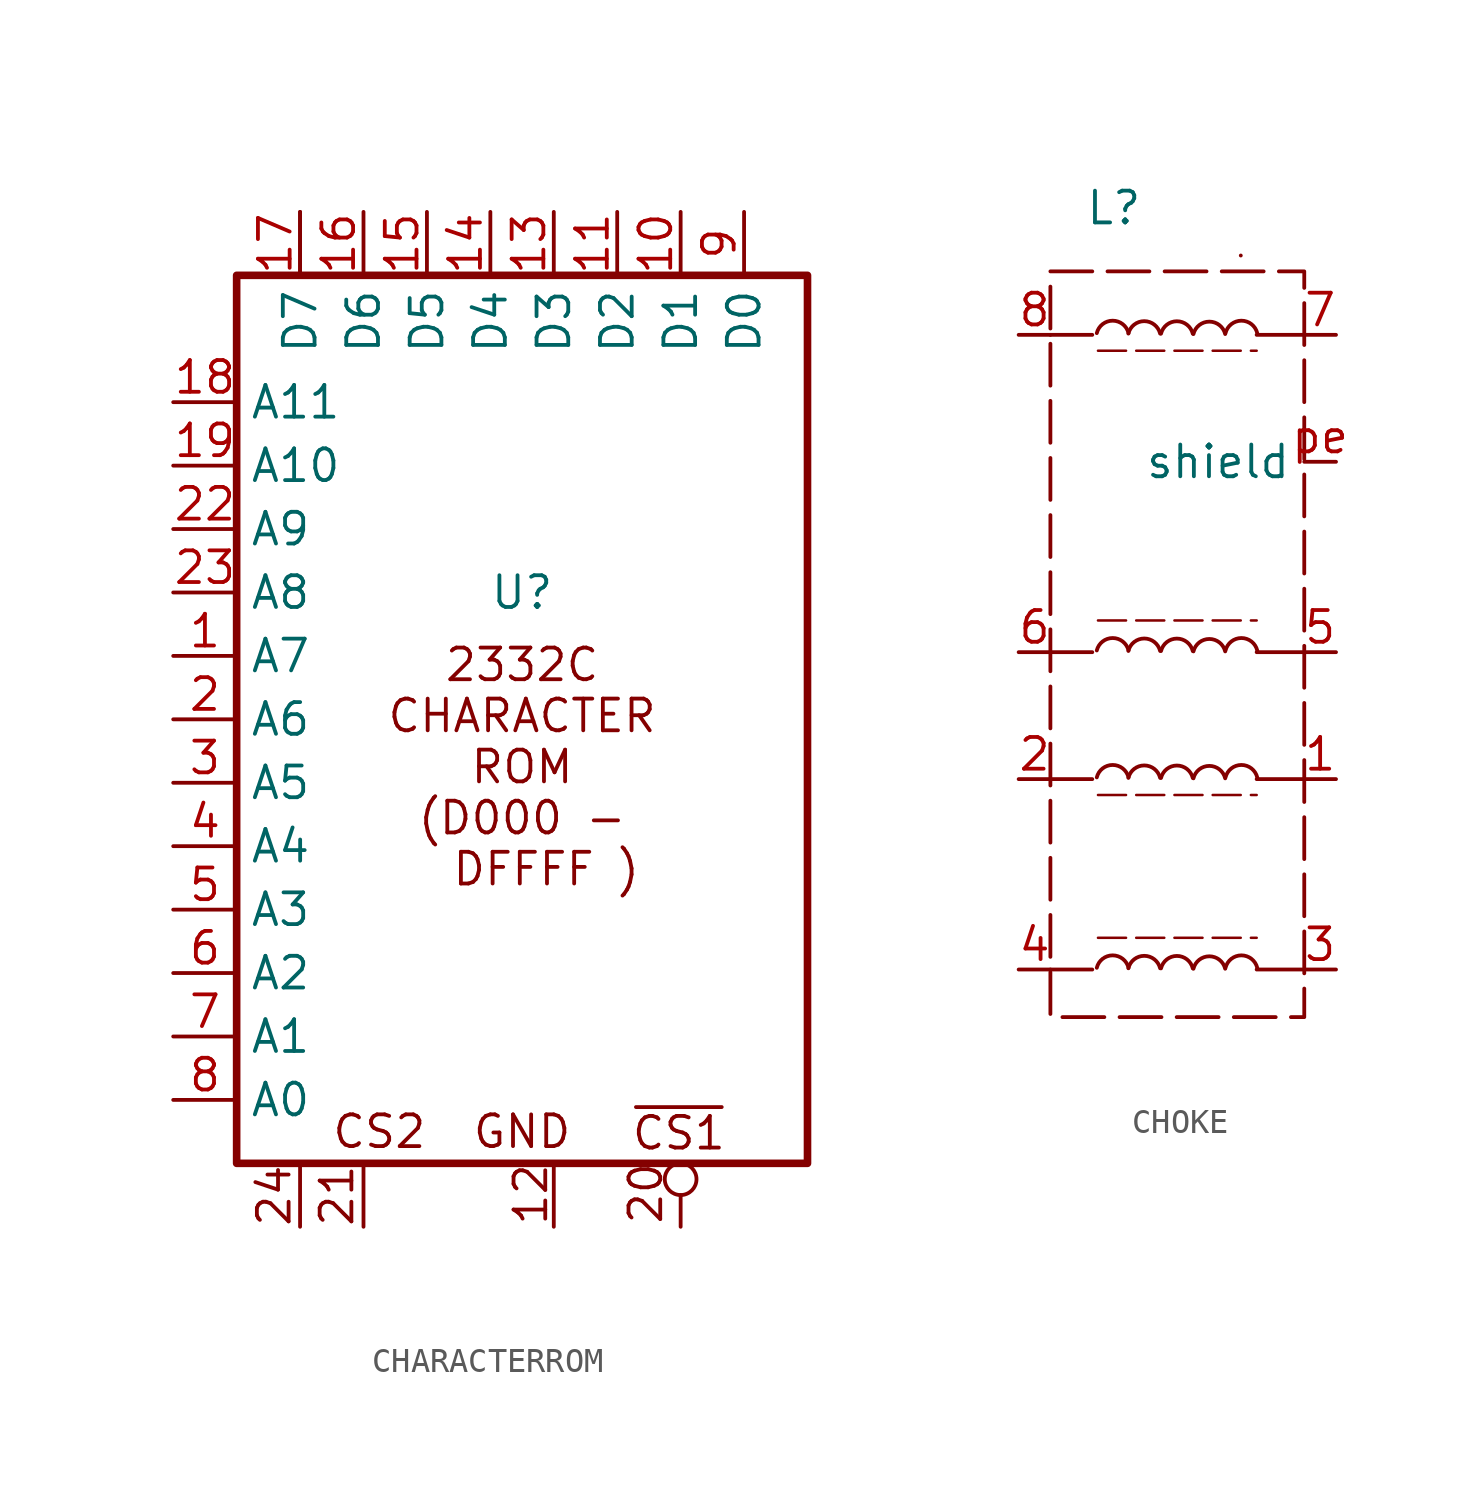
<source format=kicad_sym>
(kicad_symbol_lib
  (version 20220914)
  (generator kicad_symbol_editor)
  (symbol "CHARACTERROM"
    (property "Reference" "U"
      (at 0 3.81 0)
      (effects (font (size 1.27 1.27))))
    (property "Value" ""
      (at -4.445 2.54 0)
      (effects (font (size 1.27 1.27))))
    (symbol "CHARACTERROM_0_0"
      (polyline (pts (xy -8.89 -19.05) (xy -8.89 -21.59)) (stroke (width 0) (type default)) (fill (type none)))
      (polyline (pts (xy -8.89 16.51) (xy -8.89 19.05)) (stroke (width 0) (type default)) (fill (type none)))
      (polyline (pts (xy -6.35 -19.05) (xy -6.35 -21.59)) (stroke (width 0) (type default)) (fill (type none)))
      (polyline (pts (xy 1.27 -19.05) (xy 1.27 -21.59)) (stroke (width 0) (type default)) (fill (type none)))
      (polyline (pts (xy 6.35 -20.32) (xy 6.35 -21.59)) (stroke (width 0) (type default)) (fill (type none)))
      (circle (center 6.35 -19.685) (radius 0.635) (stroke (width 0) (type default)) (fill (type none)))
      (text "12" (at 0.349 -20.296 900) (effects (font (size 1.27 1.27))))
      (text "20" (at 4.953 -20.251 900) (effects (font (size 1.27 1.27))))
      (text "21" (at -7.415 -20.346 900) (effects (font (size 1.27 1.27))))
      (text "2332C\nCHARACTER\nROM\n(D000 -\n  DFFFF )" (at 0 -3.175 0) (effects (font (size 1.27 1.27))))
      (text "24" (at -9.929 -20.346 900) (effects (font (size 1.27 1.27))))
      (text "CS2" (at -5.715 -17.78 0) (effects (font (size 1.27 1.27))))
      (text "GND" (at 0 -17.78 0) (effects (font (size 1.27 1.27))))
      (text "~{CS1}" (at 6.278 -17.84 0) (effects (font (size 1.27 1.27)))))
    (symbol "CHARACTERROM_0_1"
      (rectangle (start -11.43 16.51) (end 11.43 -19.05) (stroke (width 0.305) (type default)) (fill (type none))))
    (symbol "CHARACTERROM_1_1"
      (pin input line (at -13.97 1.27 0) (length 2.54) (name "A7" (effects (font (size 1.27 1.27)))) (number "1" (effects (font (size 1.27 1.27)))))
      (pin input line (at 6.35 19.05 270) (length 2.54) (name "D1" (effects (font (size 1.27 1.27)))) (number "10" (effects (font (size 1.27 1.27)))))
      (pin input line (at 3.81 19.05 270) (length 2.54) (name "D2" (effects (font (size 1.27 1.27)))) (number "11" (effects (font (size 1.27 1.27)))))
      (pin input line (at 1.27 -21.59 90) (length 2.54) hide (name "GND" (effects (font (size 1.27 1.27)))) (number "12" (effects (font (size 1.27 1.27)))))
      (pin input line (at 1.27 19.05 270) (length 2.54) (name "D3" (effects (font (size 1.27 1.27)))) (number "13" (effects (font (size 1.27 1.27)))))
      (pin input line (at -1.27 19.05 270) (length 2.54) (name "D4" (effects (font (size 1.27 1.27)))) (number "14" (effects (font (size 1.27 1.27)))))
      (pin input line (at -3.81 19.05 270) (length 2.54) (name "D5" (effects (font (size 1.27 1.27)))) (number "15" (effects (font (size 1.27 1.27)))))
      (pin input line (at -6.35 19.05 270) (length 2.54) (name "D6" (effects (font (size 1.27 1.27)))) (number "16" (effects (font (size 1.27 1.27)))))
      (pin input line (at -8.89 19.05 270) (length 2.54) (name "D7" (effects (font (size 1.27 1.27)))) (number "17" (effects (font (size 1.27 1.27)))))
      (pin input line (at -13.97 11.43 0) (length 2.54) (name "A11" (effects (font (size 1.27 1.27)))) (number "18" (effects (font (size 1.27 1.27)))))
      (pin input line (at -13.97 8.89 0) (length 2.54) (name "A10" (effects (font (size 1.27 1.27)))) (number "19" (effects (font (size 1.27 1.27)))))
      (pin input line (at -13.97 -1.27 0) (length 2.54) (name "A6" (effects (font (size 1.27 1.27)))) (number "2" (effects (font (size 1.27 1.27)))))
      (pin input inverted (at 6.35 -21.59 90) (length 2.54) hide (name "~{CS1}" (effects (font (size 1.27 1.27)))) (number "20" (effects (font (size 1.27 1.27)))))
      (pin input line (at -6.35 -21.59 90) (length 2.54) hide (name "CS2" (effects (font (size 1.27 1.27)))) (number "21" (effects (font (size 1.27 1.27)))))
      (pin input line (at -13.97 6.35 0) (length 2.54) (name "A9" (effects (font (size 1.27 1.27)))) (number "22" (effects (font (size 1.27 1.27)))))
      (pin input line (at -13.97 3.81 0) (length 2.54) (name "A8" (effects (font (size 1.27 1.27)))) (number "23" (effects (font (size 1.27 1.27)))))
      (pin input line (at -8.89 -21.59 90) (length 2.54) hide (name "VCC" (effects (font (size 1.27 1.27)))) (number "24" (effects (font (size 1.27 1.27)))))
      (pin input line (at -13.97 -3.81 0) (length 2.54) (name "A5" (effects (font (size 1.27 1.27)))) (number "3" (effects (font (size 1.27 1.27)))))
      (pin input line (at -13.97 -6.35 0) (length 2.54) (name "A4" (effects (font (size 1.27 1.27)))) (number "4" (effects (font (size 1.27 1.27)))))
      (pin input line (at -13.97 -8.89 0) (length 2.54) (name "A3" (effects (font (size 1.27 1.27)))) (number "5" (effects (font (size 1.27 1.27)))))
      (pin input line (at -13.97 -11.43 0) (length 2.54) (name "A2" (effects (font (size 1.27 1.27)))) (number "6" (effects (font (size 1.27 1.27)))))
      (pin input line (at -13.97 -13.97 0) (length 2.54) (name "A1" (effects (font (size 1.27 1.27)))) (number "7" (effects (font (size 1.27 1.27)))))
      (pin input line (at -13.97 -16.51 0) (length 2.54) (name "A0" (effects (font (size 1.27 1.27)))) (number "8" (effects (font (size 1.27 1.27)))))
      (pin input line (at 8.89 19.05 270) (length 2.54) (name "D0" (effects (font (size 1.27 1.27)))) (number "9" (effects (font (size 1.27 1.27)))))))
  (symbol "CHOKE"
    (property "Reference" "L"
      (at -2.54 17.78 0)
      (effects (font (size 1.27 1.27))))
    (property "Value" ""
      (at 0 0 0)
      (effects (font (size 1.27 1.27))))
    (symbol "CHOKE_0_1"
      (rectangle (start -5.08 15.24) (end 5.08 -14.605) (stroke (width 0) (type dash)) (fill (type none)))
      (arc (start -1.9533 -12.6305) (mid -2.5883 -12.1333) (end -3.2233 -12.6305) (stroke (width 0) (type default)) (fill (type none)))
      (arc (start -1.9533 -5.0105) (mid -2.5883 -4.5133) (end -3.2233 -5.0105) (stroke (width 0) (type default)) (fill (type none)))
      (arc (start -1.9533 0.0695) (mid -2.5883 0.5667) (end -3.2233 0.0695) (stroke (width 0) (type default)) (fill (type none)))
      (arc (start -1.9533 12.7695) (mid -2.5883 13.2667) (end -3.2233 12.7695) (stroke (width 0) (type default)) (fill (type none)))
      (arc (start -0.6889 -12.6494) (mid -1.3239 -12.1522) (end -1.9589 -12.6494) (stroke (width 0) (type default)) (fill (type none)))
      (arc (start -0.6889 -5.0294) (mid -1.3239 -4.5322) (end -1.9589 -5.0294) (stroke (width 0) (type default)) (fill (type none)))
      (arc (start -0.6889 0.0506) (mid -1.3239 0.5478) (end -1.9589 0.0506) (stroke (width 0) (type default)) (fill (type none)))
      (arc (start -0.6889 12.7506) (mid -1.3239 13.2478) (end -1.9589 12.7506) (stroke (width 0) (type default)) (fill (type none)))
      (polyline (pts (xy -5.08 -12.7) (xy -3.175 -12.7)) (stroke (width 0) (type default)) (fill (type none)))
      (polyline (pts (xy -5.08 -5.08) (xy -3.175 -5.08)) (stroke (width 0) (type default)) (fill (type none)))
      (polyline (pts (xy -5.08 0) (xy -3.175 0)) (stroke (width 0) (type default)) (fill (type none)))
      (polyline (pts (xy -5.08 12.7) (xy -3.175 12.7)) (stroke (width 0) (type default)) (fill (type none)))
      (polyline (pts (xy -3.175 -11.43) (xy 3.175 -11.43)) (stroke (width 0.102) (type dash)) (fill (type none)))
      (polyline (pts (xy -3.175 -5.715) (xy 3.175 -5.715)) (stroke (width 0.102) (type dash)) (fill (type none)))
      (polyline (pts (xy -3.175 1.27) (xy 3.175 1.27)) (stroke (width 0.102) (type dash)) (fill (type none)))
      (polyline (pts (xy -3.175 12.065) (xy 3.175 12.065)) (stroke (width 0.102) (type dash)) (fill (type none)))
      (polyline (pts (xy 2.54 15.875) (xy 2.54 15.875)) (stroke (width 0) (type default)) (fill (type none)))
      (polyline (pts (xy 3.175 -12.7) (xy 5.08 -12.7)) (stroke (width 0) (type default)) (fill (type none)))
      (polyline (pts (xy 3.175 -5.08) (xy 5.08 -5.08)) (stroke (width 0) (type default)) (fill (type none)))
      (polyline (pts (xy 3.175 0) (xy 5.08 0)) (stroke (width 0) (type default)) (fill (type none)))
      (polyline (pts (xy 3.175 12.7) (xy 5.08 12.7)) (stroke (width 0) (type default)) (fill (type none)))
      (arc (start 0.6177 -12.6531) (mid -0.0173 -12.1559) (end -0.6523 -12.6531) (stroke (width 0) (type default)) (fill (type none)))
      (arc (start 0.6177 -5.0331) (mid -0.0173 -4.5359) (end -0.6523 -5.0331) (stroke (width 0) (type default)) (fill (type none)))
      (arc (start 0.6177 0.0469) (mid -0.0173 0.5441) (end -0.6523 0.0469) (stroke (width 0) (type default)) (fill (type none)))
      (arc (start 0.6177 12.7469) (mid -0.0173 13.2441) (end -0.6523 12.7469) (stroke (width 0) (type default)) (fill (type none)))
      (arc (start 1.9154 -12.6682) (mid 1.2804 -12.171) (end 0.6454 -12.6682) (stroke (width 0) (type default)) (fill (type none)))
      (arc (start 1.9154 -5.0482) (mid 1.2804 -4.551) (end 0.6454 -5.0482) (stroke (width 0) (type default)) (fill (type none)))
      (arc (start 1.9154 0.0318) (mid 1.2804 0.529) (end 0.6454 0.0318) (stroke (width 0) (type default)) (fill (type none)))
      (arc (start 1.9154 12.7318) (mid 1.2804 13.229) (end 0.6454 12.7318) (stroke (width 0) (type default)) (fill (type none)))
      (arc (start 3.1986 -12.6305) (mid 2.5636 -12.1333) (end 1.9286 -12.6305) (stroke (width 0) (type default)) (fill (type none)))
      (arc (start 3.1986 -5.0105) (mid 2.5636 -4.5133) (end 1.9286 -5.0105) (stroke (width 0) (type default)) (fill (type none)))
      (arc (start 3.1986 0.0695) (mid 2.5636 0.5667) (end 1.9286 0.0695) (stroke (width 0) (type default)) (fill (type none)))
      (arc (start 3.1986 12.7695) (mid 2.5636 13.2667) (end 1.9286 12.7695) (stroke (width 0) (type default)) (fill (type none))))
    (symbol "CHOKE_1_0"
      (pin input line (at 6.35 -5.08 180) (length 1.27) (name "" (effects (font (size 1.27 1.27)))) (number "1" (effects (font (size 1.27 1.27)))))
      (pin input line (at -6.35 -5.08 0) (length 1.27) (name "" (effects (font (size 1.27 1.27)))) (number "2" (effects (font (size 1.27 1.27)))))
      (pin input line (at 6.35 -12.7 180) (length 1.27) (name "" (effects (font (size 1.27 1.27)))) (number "3" (effects (font (size 1.27 1.27)))))
      (pin input line (at -6.35 -12.7 0) (length 1.27) (name "" (effects (font (size 1.27 1.27)))) (number "4" (effects (font (size 1.27 1.27)))))
      (pin input line (at 6.35 0 180) (length 1.27) (name "" (effects (font (size 1.27 1.27)))) (number "5" (effects (font (size 1.27 1.27)))))
      (pin input line (at -6.35 0 0) (length 1.27) (name "" (effects (font (size 1.27 1.27)))) (number "6" (effects (font (size 1.27 1.27)))))
      (pin input line (at 6.35 12.7 180) (length 1.27) (name "" (effects (font (size 1.27 1.27)))) (number "7" (effects (font (size 1.27 1.27)))))
      (pin input line (at -6.35 12.7 0) (length 1.27) (name "" (effects (font (size 1.27 1.27)))) (number "8" (effects (font (size 1.27 1.27)))))
      (pin input line (at 6.35 7.62 180) (length 1.27) (name "shield" (effects (font (size 1.27 1.27)))) (number "pe" (effects (font (size 1.27 1.27))))))))
</source>
